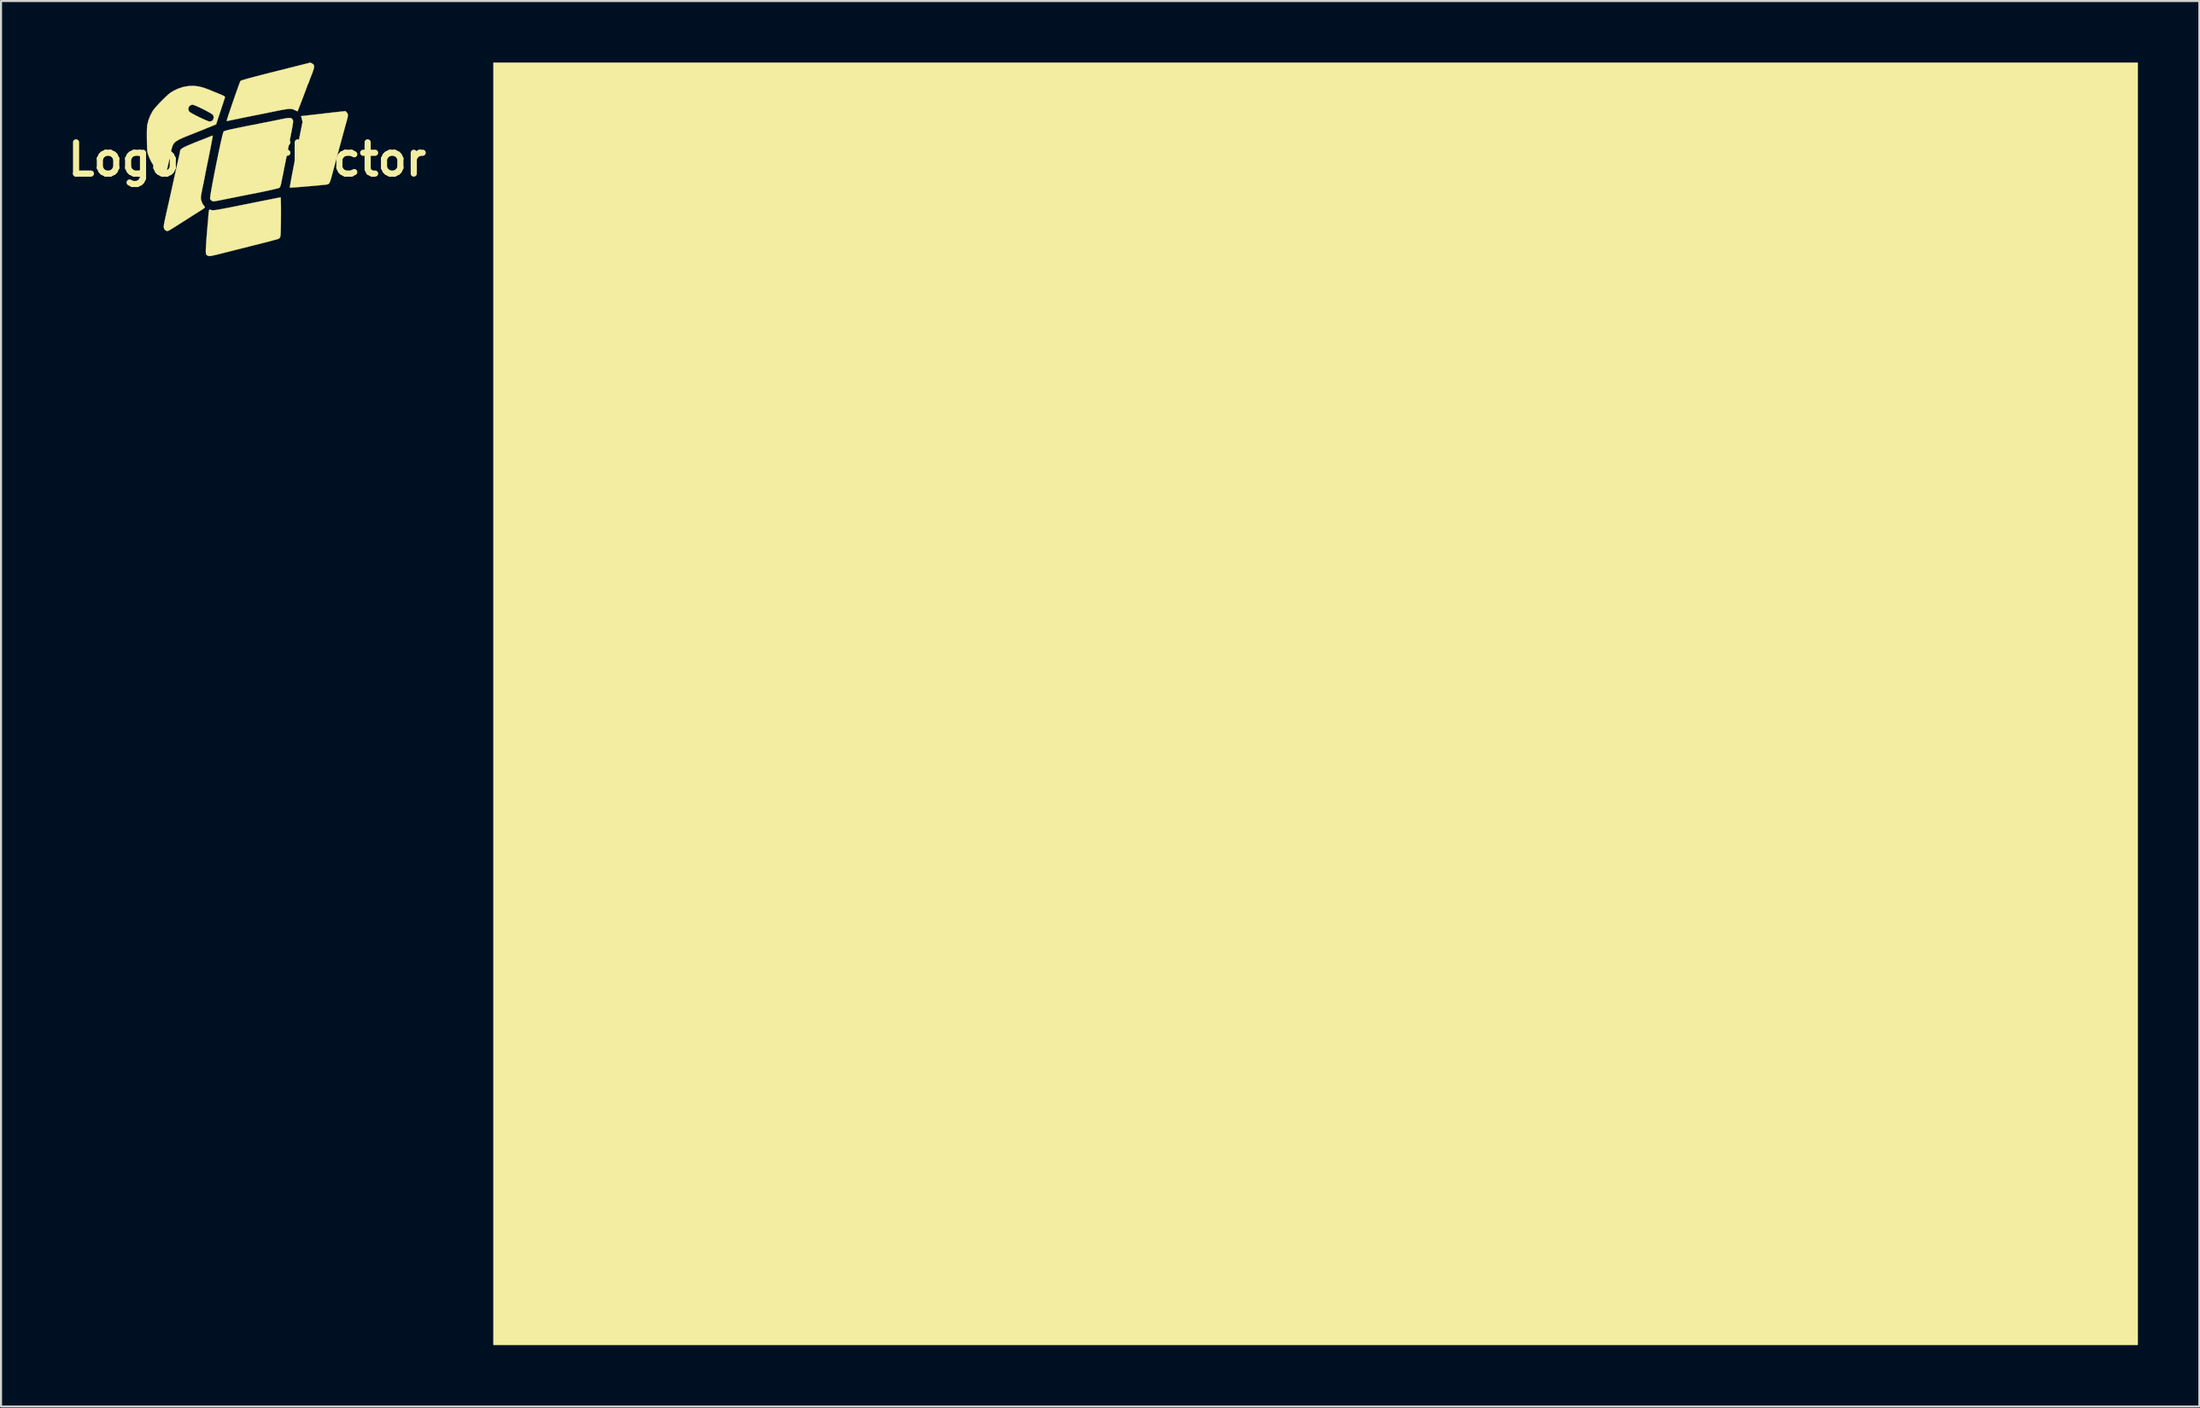
<source format=kicad_pcb>
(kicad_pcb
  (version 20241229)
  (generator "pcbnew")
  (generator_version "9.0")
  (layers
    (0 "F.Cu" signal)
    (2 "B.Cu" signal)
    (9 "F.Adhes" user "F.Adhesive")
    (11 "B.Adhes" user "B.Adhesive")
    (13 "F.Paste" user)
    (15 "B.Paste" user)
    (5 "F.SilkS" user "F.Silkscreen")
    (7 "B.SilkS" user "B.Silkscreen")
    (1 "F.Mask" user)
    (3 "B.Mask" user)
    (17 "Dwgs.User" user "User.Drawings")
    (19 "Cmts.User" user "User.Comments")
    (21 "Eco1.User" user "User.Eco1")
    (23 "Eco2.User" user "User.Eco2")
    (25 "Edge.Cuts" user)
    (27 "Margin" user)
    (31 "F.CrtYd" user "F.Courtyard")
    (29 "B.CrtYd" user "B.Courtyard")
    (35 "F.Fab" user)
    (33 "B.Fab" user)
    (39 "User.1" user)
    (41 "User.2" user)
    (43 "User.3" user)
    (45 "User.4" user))
  (footprint "Logo Hecho en mexico"
    (layer "F.Cu")
    (at 61.123 31.287)
    (property "Reference" "Logo Hecho en mexico" (at 0 0 0) (layer "F.SilkS") (effects (font (size 1.524 1.524) (thickness 0.3))))
    (attr through_hole)
    (fp_poly (pts (xy 40.105 31.282) (xy -40.105 31.282) (xy -40.105 -31.282) (xy 40.105 -31.282) (xy 40.105 31.282)) (stroke (width 0.01) (type solid)) (fill yes) (layer "F.SilkS")))
  (footprint "Logo  reflector"
    (layer "F.Cu")
    (at 9.006 4.73)
    (property "Reference" "Logo  reflector" (at 0 0 0) (layer "F.SilkS") (effects (font (size 1.524 1.524) (thickness 0.3))))
    (attr through_hole)
    (fp_poly (pts (xy 4.861 -2.289) (xy 4.891 -2.249) (xy 4.91 -2.209) (xy 4.915 -2.159) (xy 4.908 -2.091) (xy 4.887 -1.997) (xy 4.852 -1.866) (xy 4.836 -1.81) (xy 4.801 -1.686) (xy 4.758 -1.529) (xy 4.71 -1.353) (xy 4.66 -1.171) (xy 4.621 -1.024) (xy 4.575 -0.855) (xy 4.528 -0.683) (xy 4.484 -0.521) (xy 4.446 -0.382) (xy 4.42 -0.287) (xy 4.391 -0.181) (xy 4.352 -0.04) (xy 4.308 0.123) (xy 4.262 0.296) (xy 4.221 0.45) (xy 4.167 0.656) (xy 4.122 0.82) (xy 4.087 0.947) (xy 4.057 1.04) (xy 4.031 1.107) (xy 4.007 1.153) (xy 3.983 1.181) (xy 3.956 1.199) (xy 3.925 1.211) (xy 3.908 1.216) (xy 3.868 1.223) (xy 3.785 1.233) (xy 3.667 1.246) (xy 3.52 1.26) (xy 3.353 1.276) (xy 3.171 1.292) (xy 2.982 1.308) (xy 2.794 1.324) (xy 2.613 1.339) (xy 2.447 1.352) (xy 2.303 1.362) (xy 2.187 1.37) (xy 2.108 1.374) (xy 2.085 1.374) (xy 2.085 1.35) (xy 2.094 1.281) (xy 2.113 1.17) (xy 2.139 1.021) (xy 2.173 0.837) (xy 2.213 0.623) (xy 2.26 0.381) (xy 2.312 0.116) (xy 2.369 -0.17) (xy 2.381 -0.231) (xy 2.703 -1.836) (xy 2.668 -1.976) (xy 2.633 -2.116) (xy 3.008 -2.157) (xy 3.176 -2.176) (xy 3.372 -2.198) (xy 3.573 -2.221) (xy 3.758 -2.243) (xy 3.796 -2.248) (xy 3.964 -2.267) (xy 4.144 -2.288) (xy 4.316 -2.307) (xy 4.463 -2.323) (xy 4.505 -2.328) (xy 4.801 -2.358) (xy 4.861 -2.289)) (stroke (width 0.01) (type solid)) (fill yes) (layer "F.SilkS"))
    (fp_poly (pts (xy 1.637 1.872) (xy 1.641 1.939) (xy 1.644 2.043) (xy 1.646 2.177) (xy 1.648 2.335) (xy 1.648 2.509) (xy 1.648 2.694) (xy 1.647 2.883) (xy 1.646 3.069) (xy 1.643 3.245) (xy 1.64 3.405) (xy 1.636 3.542) (xy 1.632 3.65) (xy 1.627 3.723) (xy 1.623 3.748) (xy 1.591 3.818) (xy 1.546 3.865) (xy 1.542 3.867) (xy 1.506 3.88) (xy 1.427 3.903) (xy 1.31 3.935) (xy 1.163 3.974) (xy 0.991 4.02) (xy 0.799 4.069) (xy 0.593 4.121) (xy 0.587 4.123) (xy 0.34 4.185) (xy 0.07 4.253) (xy -0.208 4.323) (xy -0.483 4.392) (xy -0.741 4.457) (xy -0.969 4.515) (xy -1.049 4.535) (xy -1.264 4.589) (xy -1.435 4.632) (xy -1.57 4.664) (xy -1.672 4.687) (xy -1.748 4.703) (xy -1.802 4.711) (xy -1.842 4.713) (xy -1.871 4.71) (xy -1.895 4.703) (xy -1.911 4.697) (xy -1.952 4.678) (xy -1.982 4.655) (xy -2.002 4.621) (xy -2.013 4.57) (xy -2.017 4.493) (xy -2.015 4.384) (xy -2.007 4.237) (xy -2 4.127) (xy -1.988 3.943) (xy -1.973 3.743) (xy -1.958 3.545) (xy -1.943 3.368) (xy -1.936 3.284) (xy -1.922 3.128) (xy -1.908 2.967) (xy -1.895 2.817) (xy -1.886 2.697) (xy -1.885 2.679) (xy -1.875 2.575) (xy -1.862 2.496) (xy -1.848 2.453) (xy -1.842 2.448) (xy -1.803 2.454) (xy -1.739 2.471) (xy -1.726 2.474) (xy -1.703 2.479) (xy -1.671 2.48) (xy -1.627 2.478) (xy -1.566 2.471) (xy -1.486 2.46) (xy -1.382 2.442) (xy -1.251 2.419) (xy -1.09 2.389) (xy -0.894 2.351) (xy -0.662 2.305) (xy -0.387 2.25) (xy -0.069 2.186) (xy -0.011 2.175) (xy 0.267 2.119) (xy 0.53 2.066) (xy 0.775 2.017) (xy 0.997 1.973) (xy 1.193 1.934) (xy 1.357 1.901) (xy 1.487 1.876) (xy 1.577 1.858) (xy 1.625 1.849) (xy 1.632 1.848) (xy 1.637 1.872)) (stroke (width 0.01) (type solid)) (fill yes) (layer "F.SilkS"))
    (fp_poly (pts (xy 3.172 -4.679) (xy 3.224 -4.644) (xy 3.255 -4.602) (xy 3.267 -4.544) (xy 3.257 -4.464) (xy 3.227 -4.355) (xy 3.175 -4.21) (xy 3.149 -4.143) (xy 3.103 -4.025) (xy 3.064 -3.923) (xy 3.036 -3.847) (xy 3.022 -3.806) (xy 3.021 -3.802) (xy 3.011 -3.77) (xy 2.985 -3.711) (xy 2.972 -3.684) (xy 2.943 -3.619) (xy 2.925 -3.574) (xy 2.923 -3.566) (xy 2.914 -3.539) (xy 2.89 -3.473) (xy 2.854 -3.376) (xy 2.809 -3.255) (xy 2.757 -3.118) (xy 2.702 -2.974) (xy 2.647 -2.828) (xy 2.593 -2.689) (xy 2.545 -2.565) (xy 2.505 -2.462) (xy 2.476 -2.39) (xy 2.461 -2.354) (xy 2.46 -2.352) (xy 2.435 -2.358) (xy 2.382 -2.381) (xy 2.348 -2.397) (xy 2.291 -2.425) (xy 2.238 -2.446) (xy 2.183 -2.461) (xy 2.119 -2.468) (xy 2.043 -2.467) (xy 1.948 -2.458) (xy 1.829 -2.44) (xy 1.679 -2.414) (xy 1.495 -2.378) (xy 1.269 -2.332) (xy 1.161 -2.31) (xy 0.987 -2.274) (xy 0.817 -2.24) (xy 0.663 -2.209) (xy 0.534 -2.183) (xy 0.44 -2.164) (xy 0.412 -2.159) (xy 0.338 -2.144) (xy 0.224 -2.122) (xy 0.08 -2.093) (xy -0.085 -2.059) (xy -0.262 -2.023) (xy -0.375 -1.999) (xy -0.566 -1.96) (xy -0.713 -1.93) (xy -0.823 -1.907) (xy -0.901 -1.892) (xy -0.951 -1.882) (xy -0.981 -1.877) (xy -0.995 -1.875) (xy -0.999 -1.877) (xy -0.999 -1.88) (xy -0.999 -1.881) (xy -0.991 -1.915) (xy -0.969 -1.99) (xy -0.934 -2.1) (xy -0.889 -2.237) (xy -0.835 -2.396) (xy -0.776 -2.571) (xy -0.713 -2.755) (xy -0.648 -2.943) (xy -0.584 -3.128) (xy -0.522 -3.303) (xy -0.465 -3.464) (xy -0.415 -3.602) (xy -0.374 -3.714) (xy -0.344 -3.791) (xy -0.327 -3.828) (xy -0.326 -3.83) (xy -0.299 -3.845) (xy -0.238 -3.867) (xy -0.142 -3.896) (xy -0.008 -3.935) (xy 0.164 -3.982) (xy 0.378 -4.039) (xy 0.635 -4.106) (xy 0.936 -4.183) (xy 1.283 -4.271) (xy 1.402 -4.301) (xy 3.084 -4.725) (xy 3.172 -4.679)) (stroke (width 0.01) (type solid)) (fill yes) (layer "F.SilkS"))
    (fp_poly (pts (xy 2.135 -2.017) (xy 2.18 -1.993) (xy 2.213 -1.952) (xy 2.224 -1.931) (xy 2.232 -1.913) (xy 2.238 -1.892) (xy 2.24 -1.864) (xy 2.239 -1.824) (xy 2.233 -1.769) (xy 2.222 -1.695) (xy 2.206 -1.598) (xy 2.184 -1.475) (xy 2.155 -1.321) (xy 2.118 -1.133) (xy 2.073 -0.906) (xy 2.02 -0.637) (xy 1.972 -0.396) (xy 1.918 -0.129) (xy 1.867 0.127) (xy 1.818 0.368) (xy 1.774 0.588) (xy 1.735 0.782) (xy 1.702 0.947) (xy 1.676 1.076) (xy 1.658 1.165) (xy 1.65 1.206) (xy 1.618 1.313) (xy 1.578 1.375) (xy 1.565 1.385) (xy 1.528 1.399) (xy 1.448 1.42) (xy 1.333 1.448) (xy 1.188 1.482) (xy 1.02 1.519) (xy 0.835 1.559) (xy 0.641 1.599) (xy 0.444 1.639) (xy 0.25 1.677) (xy 0.125 1.701) (xy 0.06 1.713) (xy -0.044 1.734) (xy -0.179 1.761) (xy -0.336 1.792) (xy -0.504 1.826) (xy -0.574 1.84) (xy -0.766 1.879) (xy -0.916 1.909) (xy -1.031 1.932) (xy -1.118 1.949) (xy -1.185 1.963) (xy -1.239 1.973) (xy -1.286 1.982) (xy -1.334 1.992) (xy -1.39 2.002) (xy -1.433 2.011) (xy -1.536 2.03) (xy -1.602 2.041) (xy -1.644 2.044) (xy -1.673 2.039) (xy -1.702 2.027) (xy -1.723 2.016) (xy -1.778 1.969) (xy -1.807 1.921) (xy -1.807 1.882) (xy -1.798 1.8) (xy -1.78 1.679) (xy -1.754 1.525) (xy -1.722 1.342) (xy -1.684 1.136) (xy -1.642 0.912) (xy -1.596 0.675) (xy -1.548 0.43) (xy -1.498 0.181) (xy -1.448 -0.065) (xy -1.398 -0.305) (xy -1.35 -0.532) (xy -1.305 -0.742) (xy -1.263 -0.929) (xy -1.225 -1.089) (xy -1.194 -1.217) (xy -1.169 -1.308) (xy -1.152 -1.355) (xy -1.148 -1.36) (xy -1.131 -1.372) (xy -1.1 -1.386) (xy -1.054 -1.402) (xy -0.988 -1.42) (xy -0.9 -1.443) (xy -0.788 -1.469) (xy -0.648 -1.499) (xy -0.477 -1.535) (xy -0.272 -1.577) (xy -0.032 -1.626) (xy 0.248 -1.681) (xy 0.571 -1.745) (xy 0.938 -1.817) (xy 1.099 -1.848) (xy 1.216 -1.872) (xy 1.364 -1.902) (xy 1.524 -1.935) (xy 1.679 -1.967) (xy 1.691 -1.969) (xy 1.856 -2.002) (xy 1.981 -2.022) (xy 2.071 -2.027) (xy 2.135 -2.017)) (stroke (width 0.01) (type solid)) (fill yes) (layer "F.SilkS"))
    (fp_poly (pts (xy -1.681 -1.136) (xy -1.692 -1.07) (xy -1.71 -0.968) (xy -1.734 -0.841) (xy -1.762 -0.694) (xy -1.792 -0.534) (xy -1.825 -0.371) (xy -1.857 -0.21) (xy -1.887 -0.059) (xy -1.915 0.075) (xy -1.936 0.175) (xy -1.953 0.257) (xy -1.977 0.375) (xy -2.005 0.516) (xy -2.034 0.666) (xy -2.047 0.737) (xy -2.075 0.88) (xy -2.101 1.014) (xy -2.124 1.128) (xy -2.141 1.209) (xy -2.147 1.236) (xy -2.162 1.303) (xy -2.182 1.403) (xy -2.206 1.522) (xy -2.222 1.608) (xy -2.245 1.739) (xy -2.257 1.834) (xy -2.258 1.904) (xy -2.25 1.963) (xy -2.245 1.982) (xy -2.184 2.148) (xy -2.102 2.268) (xy -2.094 2.277) (xy -2.071 2.301) (xy -2.061 2.321) (xy -2.068 2.344) (xy -2.096 2.373) (xy -2.151 2.414) (xy -2.238 2.472) (xy -2.361 2.55) (xy -2.385 2.565) (xy -2.493 2.633) (xy -2.631 2.721) (xy -2.788 2.821) (xy -2.952 2.925) (xy -3.111 3.027) (xy -3.127 3.037) (xy -3.324 3.162) (xy -3.483 3.264) (xy -3.609 3.343) (xy -3.707 3.403) (xy -3.78 3.446) (xy -3.834 3.473) (xy -3.872 3.488) (xy -3.901 3.492) (xy -3.923 3.489) (xy -3.944 3.479) (xy -3.968 3.466) (xy -3.971 3.464) (xy -4.032 3.413) (xy -4.063 3.334) (xy -4.064 3.221) (xy -4.052 3.14) (xy -4.039 3.074) (xy -4.017 2.968) (xy -3.987 2.829) (xy -3.951 2.666) (xy -3.911 2.488) (xy -3.871 2.31) (xy -3.828 2.119) (xy -3.786 1.93) (xy -3.746 1.753) (xy -3.712 1.598) (xy -3.684 1.474) (xy -3.668 1.399) (xy -3.638 1.265) (xy -3.607 1.12) (xy -3.578 0.99) (xy -3.572 0.962) (xy -3.551 0.866) (xy -3.522 0.737) (xy -3.489 0.586) (xy -3.454 0.428) (xy -3.437 0.35) (xy -3.403 0.199) (xy -3.37 0.054) (xy -3.341 -0.075) (xy -3.318 -0.175) (xy -3.309 -0.214) (xy -3.289 -0.301) (xy -3.276 -0.372) (xy -3.272 -0.406) (xy -3.261 -0.453) (xy -3.225 -0.501) (xy -3.159 -0.551) (xy -3.059 -0.607) (xy -2.919 -0.672) (xy -2.76 -0.739) (xy -2.618 -0.797) (xy -2.483 -0.852) (xy -2.364 -0.899) (xy -2.274 -0.934) (xy -2.235 -0.949) (xy -2.153 -0.98) (xy -2.044 -1.023) (xy -1.93 -1.069) (xy -1.898 -1.082) (xy -1.805 -1.119) (xy -1.73 -1.147) (xy -1.686 -1.161) (xy -1.678 -1.162) (xy -1.681 -1.136)) (stroke (width 0.01) (type solid)) (fill yes) (layer "F.SilkS"))
    (fp_poly (pts (xy -2.369 -3.564) (xy -2.132 -3.504) (xy -1.873 -3.409) (xy -1.747 -3.357) (xy -1.623 -3.305) (xy -1.516 -3.262) (xy -1.449 -3.234) (xy -1.309 -3.177) (xy -1.209 -3.134) (xy -1.143 -3.102) (xy -1.104 -3.077) (xy -1.086 -3.055) (xy -1.084 -3.033) (xy -1.087 -3.016) (xy -1.099 -2.978) (xy -1.124 -2.899) (xy -1.16 -2.787) (xy -1.206 -2.648) (xy -1.258 -2.49) (xy -1.309 -2.335) (xy -1.516 -1.711) (xy -1.988 -1.519) (xy -2.157 -1.45) (xy -2.334 -1.379) (xy -2.505 -1.31) (xy -2.656 -1.25) (xy -2.76 -1.209) (xy -2.983 -1.121) (xy -3.164 -1.045) (xy -3.309 -0.978) (xy -3.421 -0.915) (xy -3.507 -0.854) (xy -3.571 -0.788) (xy -3.618 -0.715) (xy -3.653 -0.63) (xy -3.682 -0.529) (xy -3.703 -0.437) (xy -3.723 -0.346) (xy -3.75 -0.221) (xy -3.781 -0.079) (xy -3.814 0.067) (xy -3.818 0.087) (xy -3.851 0.233) (xy -3.883 0.38) (xy -3.913 0.513) (xy -3.935 0.614) (xy -3.937 0.624) (xy -3.959 0.716) (xy -3.978 0.788) (xy -3.992 0.827) (xy -3.994 0.829) (xy -4.017 0.821) (xy -4.069 0.785) (xy -4.142 0.727) (xy -4.214 0.667) (xy -4.396 0.494) (xy -4.542 0.324) (xy -4.66 0.144) (xy -4.761 -0.06) (xy -4.807 -0.175) (xy -4.83 -0.236) (xy -4.848 -0.291) (xy -4.861 -0.346) (xy -4.87 -0.411) (xy -4.877 -0.493) (xy -4.882 -0.6) (xy -4.886 -0.74) (xy -4.889 -0.921) (xy -4.89 -0.942) (xy -4.892 -1.19) (xy -4.891 -1.395) (xy -4.885 -1.555) (xy -4.875 -1.669) (xy -4.871 -1.69) (xy -4.813 -1.92) (xy -4.722 -2.151) (xy -4.608 -2.362) (xy -4.573 -2.413) (xy -4.555 -2.436) (xy -2.869 -2.436) (xy -2.838 -2.356) (xy -2.811 -2.324) (xy -2.762 -2.289) (xy -2.679 -2.239) (xy -2.569 -2.18) (xy -2.443 -2.115) (xy -2.308 -2.049) (xy -2.175 -1.986) (xy -2.051 -1.93) (xy -1.946 -1.886) (xy -1.869 -1.858) (xy -1.832 -1.85) (xy -1.758 -1.863) (xy -1.7 -1.892) (xy -1.66 -1.946) (xy -1.634 -2.02) (xy -1.633 -2.025) (xy -1.631 -2.1) (xy -1.661 -2.161) (xy -1.677 -2.181) (xy -1.723 -2.218) (xy -1.805 -2.27) (xy -1.913 -2.331) (xy -2.04 -2.399) (xy -2.175 -2.467) (xy -2.311 -2.533) (xy -2.437 -2.59) (xy -2.546 -2.636) (xy -2.627 -2.664) (xy -2.667 -2.672) (xy -2.756 -2.651) (xy -2.822 -2.597) (xy -2.862 -2.521) (xy -2.869 -2.436) (xy -4.555 -2.436) (xy -4.508 -2.497) (xy -4.414 -2.604) (xy -4.301 -2.726) (xy -4.177 -2.855) (xy -4.051 -2.981) (xy -3.931 -3.095) (xy -3.828 -3.188) (xy -3.756 -3.246) (xy -3.578 -3.356) (xy -3.372 -3.453) (xy -3.157 -3.526) (xy -3.06 -3.549) (xy -2.821 -3.586) (xy -2.595 -3.591) (xy -2.369 -3.564)) (stroke (width 0.01) (type solid)) (fill yes) (layer "F.SilkS")))
  (gr_rect
    (start -3 -3)
    (end 104.233 65.574)
    (stroke (width 0.1) (type default))
    (fill no)
    (layer "Edge.Cuts")))
</source>
